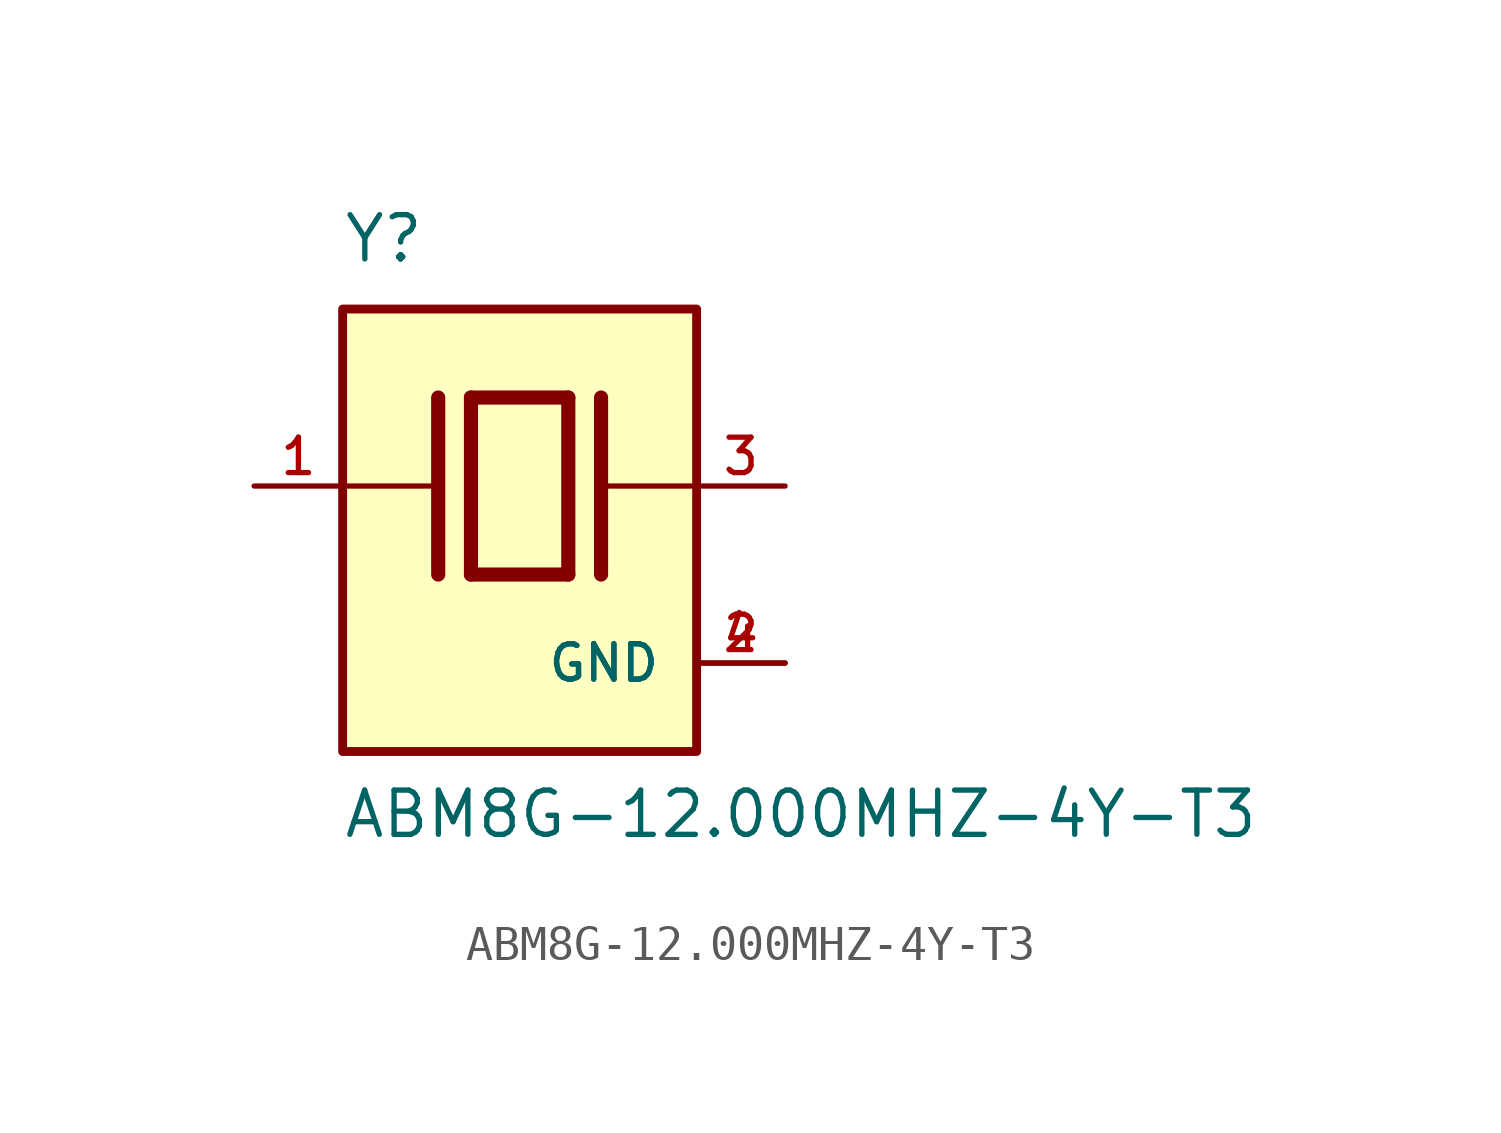
<source format=kicad_sym>
(kicad_symbol_lib
  (version 20211014)
  (generator kicad_symbol_editor)
  (symbol "ABM8G-12.000MHZ-4Y-T3"
    (pin_names
      (offset 1.016))
    (property "Reference" "Y"
      (at -5.088 6.356 0)
      (effects (font (size 1.27 1.27)) (justify bottom left)))
    (property "Value" "ABM8G-12.000MHZ-4Y-T3"
      (at -5.094 -10.16 0)
      (effects (font (size 1.27 1.27)) (justify bottom left)))
    (symbol "ABM8G-12.000MHZ-4Y-T3_0_0"
      (polyline (pts (xy -1.397 2.54) (xy 1.397 2.54)) (stroke (width 0.406)))
      (polyline (pts (xy 1.397 2.54) (xy 1.397 -2.54)) (stroke (width 0.406)))
      (polyline (pts (xy 1.397 -2.54) (xy -1.397 -2.54)) (stroke (width 0.406)))
      (polyline (pts (xy -1.397 2.54) (xy -1.397 -2.54)) (stroke (width 0.406)))
      (polyline (pts (xy 2.337 2.54) (xy 2.337 -2.54)) (stroke (width 0.406)))
      (polyline (pts (xy -2.337 2.54) (xy -2.337 -2.54)) (stroke (width 0.406)))
      (polyline (pts (xy -5.08 0.0) (xy -2.54 0.0)) (stroke (width 0.152)))
      (polyline (pts (xy 2.54 0.0) (xy 5.08 0.0)) (stroke (width 0.152)))
      (rectangle (start -5.08 -7.62) (end 5.08 5.08) (stroke (width 0.254)) (fill (type background)))
      (pin passive line (at 7.62 0.0 180.0) (length 2.54) (name "~" (effects (font (size 1.016 1.016)))) (number "3" (effects (font (size 1.016 1.016)))))
      (pin passive line (at -7.62 0.0 0) (length 2.54) (name "~" (effects (font (size 1.016 1.016)))) (number "1" (effects (font (size 1.016 1.016)))))
      (pin power_in line (at 7.62 -5.08 180.0) (length 2.54) (name "GND" (effects (font (size 1.016 1.016)))) (number "2" (effects (font (size 1.016 1.016)))))
      (pin power_in line (at 7.62 -5.08 180.0) (length 2.54) (name "GND" (effects (font (size 1.016 1.016)))) (number "4" (effects (font (size 1.016 1.016))))))))
</source>
